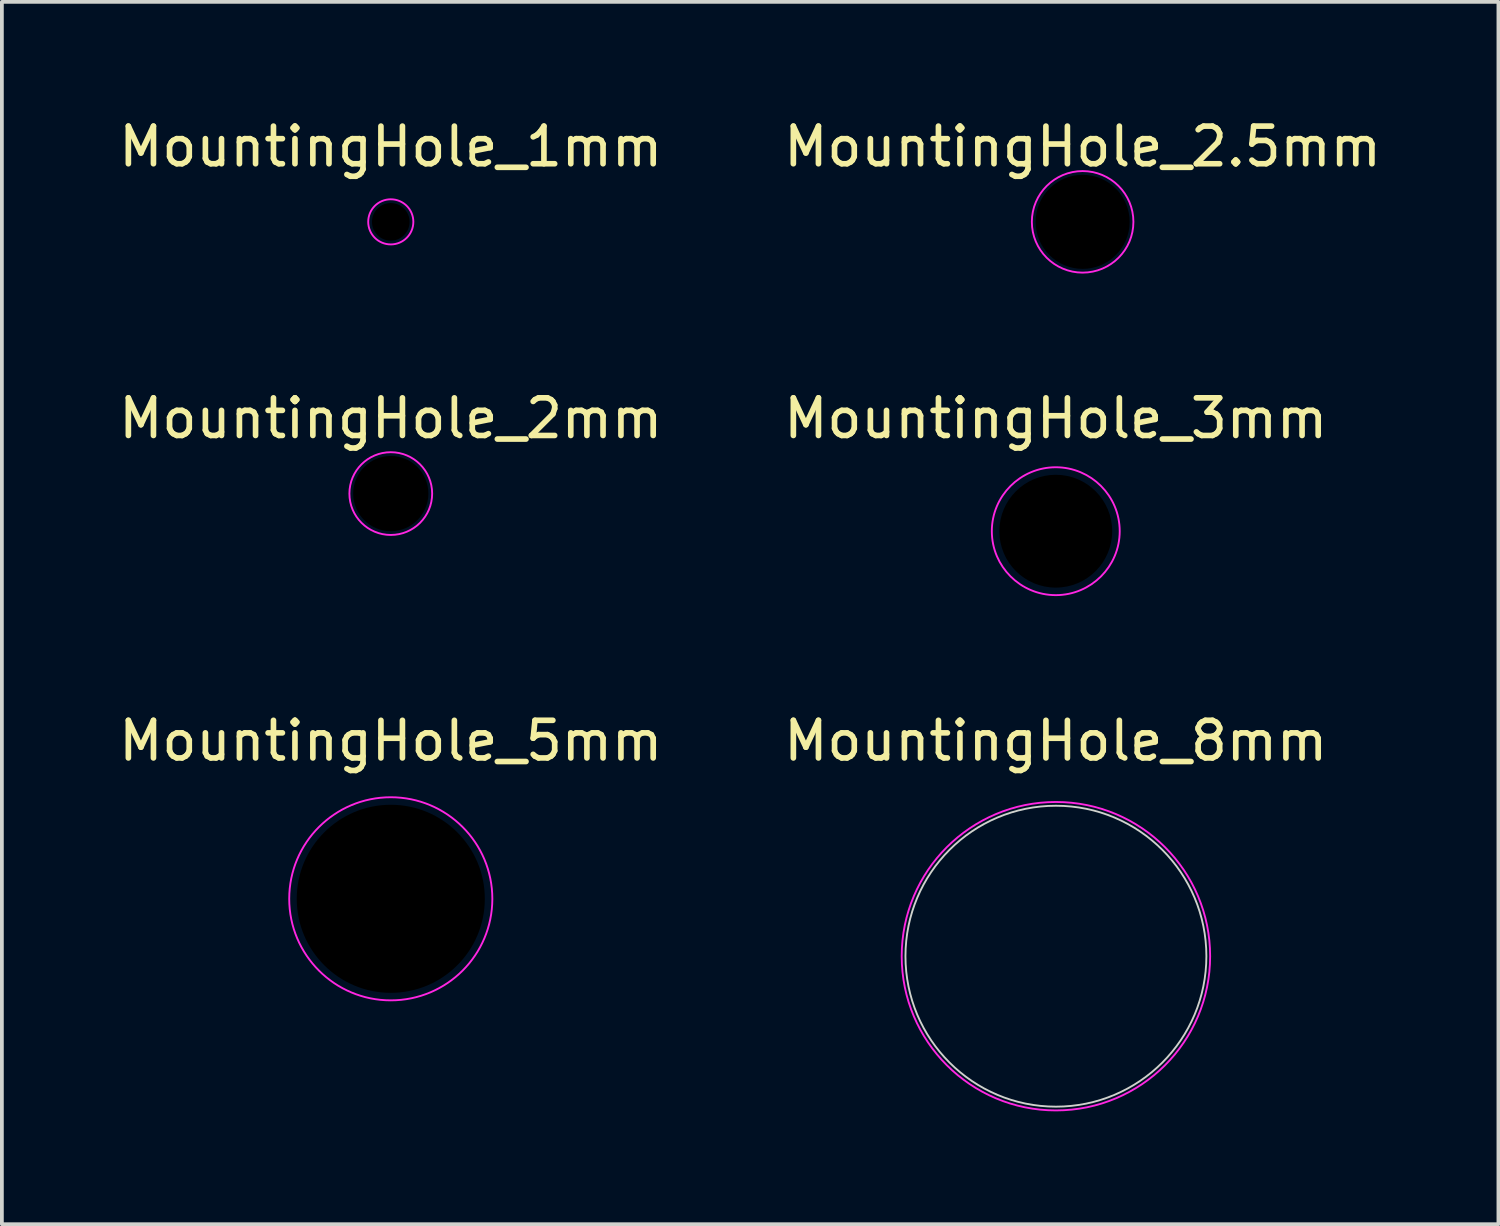
<source format=kicad_pcb>
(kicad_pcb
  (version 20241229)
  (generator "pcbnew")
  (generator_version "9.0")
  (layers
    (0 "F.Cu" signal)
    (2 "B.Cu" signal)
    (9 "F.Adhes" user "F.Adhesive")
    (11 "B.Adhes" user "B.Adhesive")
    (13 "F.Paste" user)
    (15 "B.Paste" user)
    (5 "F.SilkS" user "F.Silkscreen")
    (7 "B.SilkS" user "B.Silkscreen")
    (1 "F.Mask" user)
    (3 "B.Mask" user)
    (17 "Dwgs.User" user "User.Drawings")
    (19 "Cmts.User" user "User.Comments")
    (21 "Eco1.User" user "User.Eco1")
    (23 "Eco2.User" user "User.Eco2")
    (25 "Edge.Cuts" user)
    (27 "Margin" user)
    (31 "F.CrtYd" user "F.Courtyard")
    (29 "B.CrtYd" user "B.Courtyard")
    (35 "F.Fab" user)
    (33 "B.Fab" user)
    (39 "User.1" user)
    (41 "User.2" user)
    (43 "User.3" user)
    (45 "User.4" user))
  (footprint "MountingHole_2.5mm"
    (layer "F.Cu")
    (at 25.732 2.848)
    (property "Reference" "MountingHole_2.5mm" (at 0 -2 0) (unlocked yes) (layer "F.SilkS") (effects (font (size 1 1) (thickness 0.15))))
    (attr exclude_from_pos_files exclude_from_bom)
    (fp_circle (center 0 0) (end 1.35 0) (stroke (width 0.05) (type default)) (fill no) (layer "F.CrtYd"))
    (pad "" np_thru_hole circle (at 0 0) (size 2.5 2.5) (drill 2.5) (layers "*.Mask")))
  (footprint "MountingHole_3mm"
    (layer "F.Cu")
    (at 25.018 11.072)
    (property "Reference" "MountingHole_3mm" (at 0 -3 0) (layer "F.SilkS") (effects (font (size 1 1) (thickness 0.15))))
    (attr exclude_from_pos_files exclude_from_bom)
    (fp_circle (center 0 0) (end 1.7 0) (stroke (width 0.05) (type solid)) (fill no) (layer "F.CrtYd"))
    (pad "" np_thru_hole circle (at 0 0) (size 3 3) (drill 3) (layers "*.Mask")))
  (footprint "MountingHole_5mm"
    (layer "F.Cu")
    (at 7.339 20.845)
    (property "Reference" "MountingHole_5mm" (at 0 -4.2 0) (layer "F.SilkS") (effects (font (size 1 1) (thickness 0.15))))
    (attr exclude_from_pos_files exclude_from_bom)
    (fp_circle (center 0 0) (end 2.7 0) (stroke (width 0.05) (type solid)) (fill no) (layer "F.CrtYd"))
    (pad "" np_thru_hole circle (at 0 0) (size 5 5) (drill 5) (layers "*.Mask")))
  (footprint "MountingHole_1mm"
    (layer "F.Cu")
    (at 7.339 2.848)
    (property "Reference" "MountingHole_1mm" (at 0 -2 0) (unlocked yes) (layer "F.SilkS") (effects (font (size 1 1) (thickness 0.15))))
    (attr exclude_from_pos_files exclude_from_bom)
    (fp_circle (center 0 0) (end 0.6 0) (stroke (width 0.05) (type default)) (fill no) (layer "F.CrtYd"))
    (pad "" np_thru_hole circle (at 0 0) (size 1 1) (drill 1) (layers "*.Mask")))
  (footprint "MountingHole_2mm"
    (layer "F.Cu")
    (at 7.339 10.072)
    (property "Reference" "MountingHole_2mm" (at 0 -2 0) (unlocked yes) (layer "F.SilkS") (effects (font (size 1 1) (thickness 0.15))))
    (attr exclude_from_pos_files exclude_from_bom)
    (fp_circle (center 0 0) (end 1.1 0) (stroke (width 0.05) (type default)) (fill no) (layer "F.CrtYd"))
    (pad "" np_thru_hole circle (at 0 0) (size 2 2) (drill 2) (layers "*.Mask")))
  (footprint "MountingHole_8mm"
    (layer "F.Cu")
    (at 25.022 22.371)
    (property "Reference" "MountingHole_8mm" (at -0.004 -5.726 0) (layer "F.SilkS") (effects (font (size 1 1) (thickness 0.15))))
    (attr exclude_from_pos_files exclude_from_bom)
    (fp_circle (center 0 0) (end 4 0) (stroke (width 0.05) (type default)) (fill no) (layer "Edge.Cuts"))
    (fp_circle (center 0 0) (end 4.1 0) (stroke (width 0.05) (type solid)) (fill no) (layer "F.CrtYd")))
  (gr_rect
    (start -3 -3)
    (end 36.786 29.496)
    (stroke (width 0.1) (type default))
    (fill no)
    (layer "Edge.Cuts")))
</source>
